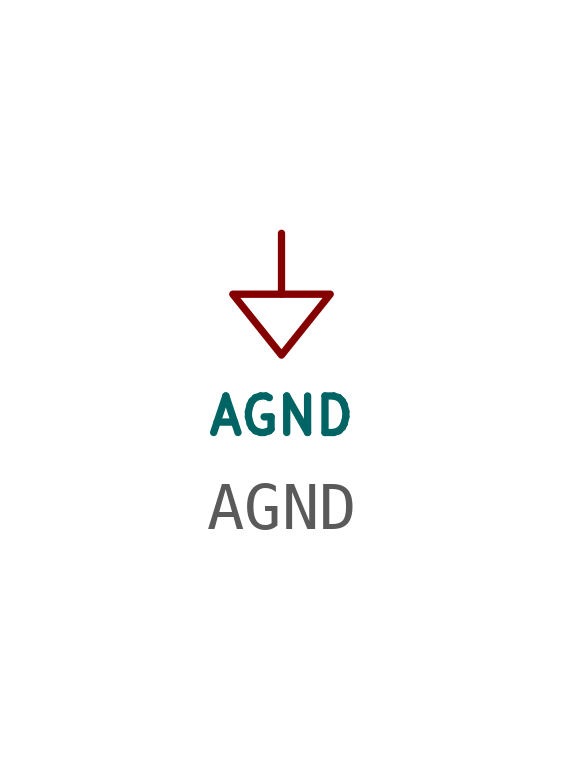
<source format=kicad_sym>
(kicad_symbol_lib
  (version 20211014)
  (generator kicad_symbol_editor)
  (symbol "AGND"
    (power)
    (pin_numbers hide)
    (pin_names
      (offset 0))
    (property "Reference" "#PWR"
      (at 0 1.143 0)
      (effects (font (size 0.508 0.508)) hide))
    (property "Value" "AGND"
      (at 0 -3.81 0)
      (effects (font (size 0.762 0.762))))
    (property "Footprint" ""
      (at 0 0 0)
      (effects (font (size 1.524 1.524))))
    (property "Datasheet" ""
      (at 0 0 0)
      (effects (font (size 1.524 1.524))))
    (symbol "AGND_0_0"
      (pin power_in line (at 0 0 90) (length 0) hide (name "AGND" (effects (font (size 0.635 0.635)))) (number "~" (effects (font (size 0.635 0.635))))))
    (symbol "AGND_0_1"
      (polyline (pts (xy 0 -1.27) (xy 0 0)) (stroke (width 0) (type default) (color 0 0 0 0)) (fill (type none)))
      (polyline (pts (xy 0 -1.27) (xy 1.016 -1.27) (xy 0 -2.54) (xy -1.016 -1.27) (xy 0 -1.27)) (stroke (width 0) (type default) (color 0 0 0 0)) (fill (type none))))))
</source>
